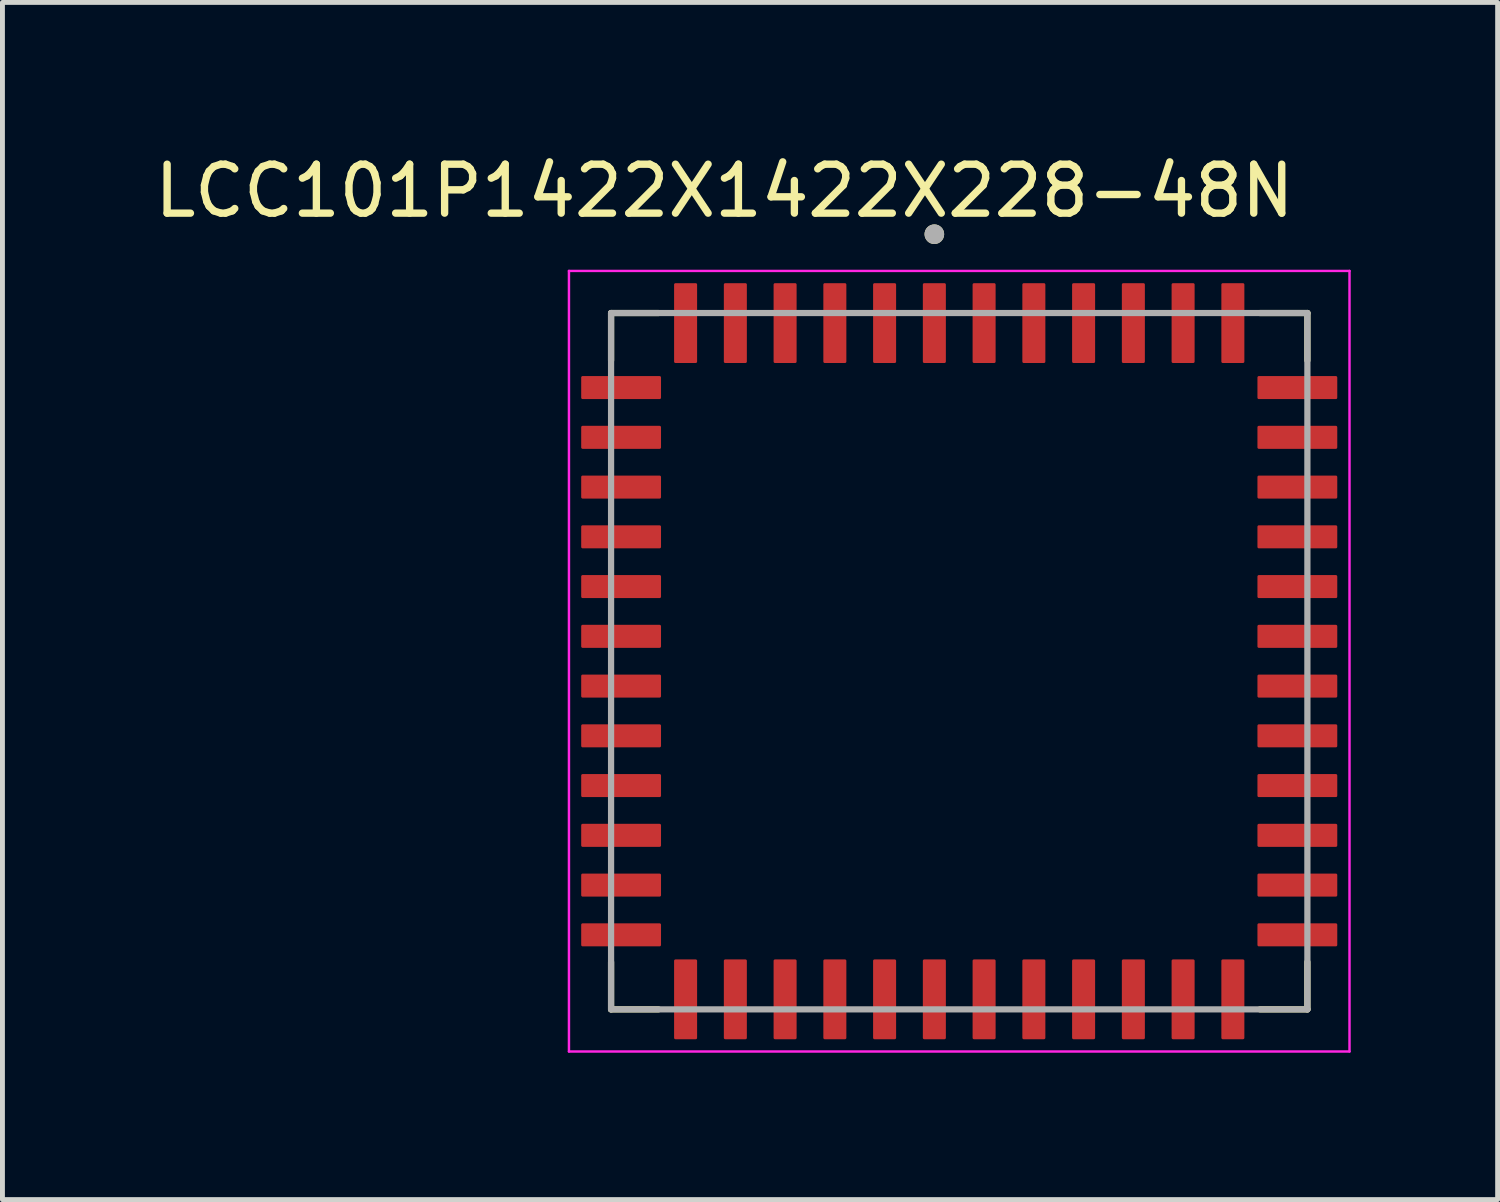
<source format=kicad_pcb>
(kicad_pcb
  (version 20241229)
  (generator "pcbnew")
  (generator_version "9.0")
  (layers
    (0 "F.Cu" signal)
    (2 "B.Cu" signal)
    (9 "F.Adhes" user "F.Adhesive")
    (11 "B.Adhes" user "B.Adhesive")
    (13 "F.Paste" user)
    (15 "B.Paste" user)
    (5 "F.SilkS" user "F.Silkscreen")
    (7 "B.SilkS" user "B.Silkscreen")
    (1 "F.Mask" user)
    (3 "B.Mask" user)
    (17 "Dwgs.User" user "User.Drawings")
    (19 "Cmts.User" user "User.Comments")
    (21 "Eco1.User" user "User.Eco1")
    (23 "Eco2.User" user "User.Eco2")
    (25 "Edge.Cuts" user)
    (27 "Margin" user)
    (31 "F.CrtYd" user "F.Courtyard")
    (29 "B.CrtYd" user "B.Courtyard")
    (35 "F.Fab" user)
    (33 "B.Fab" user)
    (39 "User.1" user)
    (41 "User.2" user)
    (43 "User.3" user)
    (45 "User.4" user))
  (footprint "LCC101P1422X1422X228-48N"
    (layer "F.Cu")
    (at 16.539 10.453)
    (property "Reference" "LCC101P1422X1422X228-48N" (at -4.795 -9.605 0) (layer "F.SilkS") (effects (font (size 1 1) (thickness 0.15))))
    (attr smd)
    (fp_line (start -7.11 -7.11) (end -6.143 -7.11) (stroke (width 0.127) (type solid)) (layer "F.SilkS"))
    (fp_line (start -7.11 -6.143) (end -7.11 -7.11) (stroke (width 0.127) (type solid)) (layer "F.SilkS"))
    (fp_line (start -7.11 7.11) (end -7.11 6.143) (stroke (width 0.127) (type solid)) (layer "F.SilkS"))
    (fp_line (start -6.143 7.11) (end -7.11 7.11) (stroke (width 0.127) (type solid)) (layer "F.SilkS"))
    (fp_line (start 6.143 -7.11) (end 7.11 -7.11) (stroke (width 0.127) (type solid)) (layer "F.SilkS"))
    (fp_line (start 7.11 -7.11) (end 7.11 -6.143) (stroke (width 0.127) (type solid)) (layer "F.SilkS"))
    (fp_line (start 7.11 7.11) (end 6.143 7.11) (stroke (width 0.127) (type solid)) (layer "F.SilkS"))
    (fp_line (start 7.11 7.11) (end 7.11 6.143) (stroke (width 0.127) (type solid)) (layer "F.SilkS"))
    (fp_circle (center -0.508 -8.72) (end -0.408 -8.72) (stroke (width 0.2) (type solid)) (fill no) (layer "F.SilkS"))
    (fp_line (start -7.97 -7.97) (end -7.97 7.97) (stroke (width 0.05) (type solid)) (layer "F.CrtYd"))
    (fp_line (start -7.97 7.97) (end 7.97 7.97) (stroke (width 0.05) (type solid)) (layer "F.CrtYd"))
    (fp_line (start 7.97 -7.97) (end -7.97 -7.97) (stroke (width 0.05) (type solid)) (layer "F.CrtYd"))
    (fp_line (start 7.97 7.97) (end 7.97 -7.97) (stroke (width 0.05) (type solid)) (layer "F.CrtYd"))
    (fp_line (start -7.11 -7.11) (end 7.11 -7.11) (stroke (width 0.127) (type solid)) (layer "F.Fab"))
    (fp_line (start -7.11 7.11) (end -7.11 -7.11) (stroke (width 0.127) (type solid)) (layer "F.Fab"))
    (fp_line (start 7.11 -7.11) (end 7.11 7.11) (stroke (width 0.127) (type solid)) (layer "F.Fab"))
    (fp_line (start 7.11 7.11) (end -7.11 7.11) (stroke (width 0.127) (type solid)) (layer "F.Fab"))
    (fp_circle (center -0.508 -8.72) (end -0.408 -8.72) (stroke (width 0.2) (type solid)) (fill no) (layer "F.Fab"))
    (pad "1" smd roundrect (at -0.508 -6.905) (size 0.47 1.63) (layers "F.Cu" "F.Mask" "F.Paste") (roundrect_rratio 0.06))
    (pad "2" smd roundrect (at -1.524 -6.905) (size 0.47 1.63) (layers "F.Cu" "F.Mask" "F.Paste") (roundrect_rratio 0.06))
    (pad "3" smd roundrect (at -2.54 -6.905) (size 0.47 1.63) (layers "F.Cu" "F.Mask" "F.Paste") (roundrect_rratio 0.06))
    (pad "4" smd roundrect (at -3.556 -6.905) (size 0.47 1.63) (layers "F.Cu" "F.Mask" "F.Paste") (roundrect_rratio 0.06))
    (pad "5" smd roundrect (at -4.572 -6.905) (size 0.47 1.63) (layers "F.Cu" "F.Mask" "F.Paste") (roundrect_rratio 0.06))
    (pad "6" smd roundrect (at -5.588 -6.905) (size 0.47 1.63) (layers "F.Cu" "F.Mask" "F.Paste") (roundrect_rratio 0.06))
    (pad "7" smd roundrect (at -6.905 -5.588) (size 1.63 0.47) (layers "F.Cu" "F.Mask" "F.Paste") (roundrect_rratio 0.06))
    (pad "8" smd roundrect (at -6.905 -4.572) (size 1.63 0.47) (layers "F.Cu" "F.Mask" "F.Paste") (roundrect_rratio 0.06))
    (pad "9" smd roundrect (at -6.905 -3.556) (size 1.63 0.47) (layers "F.Cu" "F.Mask" "F.Paste") (roundrect_rratio 0.06))
    (pad "10" smd roundrect (at -6.905 -2.54) (size 1.63 0.47) (layers "F.Cu" "F.Mask" "F.Paste") (roundrect_rratio 0.06))
    (pad "11" smd roundrect (at -6.905 -1.524) (size 1.63 0.47) (layers "F.Cu" "F.Mask" "F.Paste") (roundrect_rratio 0.06))
    (pad "12" smd roundrect (at -6.905 -0.508) (size 1.63 0.47) (layers "F.Cu" "F.Mask" "F.Paste") (roundrect_rratio 0.06))
    (pad "13" smd roundrect (at -6.905 0.508) (size 1.63 0.47) (layers "F.Cu" "F.Mask" "F.Paste") (roundrect_rratio 0.06))
    (pad "14" smd roundrect (at -6.905 1.524) (size 1.63 0.47) (layers "F.Cu" "F.Mask" "F.Paste") (roundrect_rratio 0.06))
    (pad "15" smd roundrect (at -6.905 2.54) (size 1.63 0.47) (layers "F.Cu" "F.Mask" "F.Paste") (roundrect_rratio 0.06))
    (pad "16" smd roundrect (at -6.905 3.556) (size 1.63 0.47) (layers "F.Cu" "F.Mask" "F.Paste") (roundrect_rratio 0.06))
    (pad "17" smd roundrect (at -6.905 4.572) (size 1.63 0.47) (layers "F.Cu" "F.Mask" "F.Paste") (roundrect_rratio 0.06))
    (pad "18" smd roundrect (at -6.905 5.588) (size 1.63 0.47) (layers "F.Cu" "F.Mask" "F.Paste") (roundrect_rratio 0.06))
    (pad "19" smd roundrect (at -5.588 6.905) (size 0.47 1.63) (layers "F.Cu" "F.Mask" "F.Paste") (roundrect_rratio 0.06))
    (pad "20" smd roundrect (at -4.572 6.905) (size 0.47 1.63) (layers "F.Cu" "F.Mask" "F.Paste") (roundrect_rratio 0.06))
    (pad "21" smd roundrect (at -3.556 6.905) (size 0.47 1.63) (layers "F.Cu" "F.Mask" "F.Paste") (roundrect_rratio 0.06))
    (pad "22" smd roundrect (at -2.54 6.905) (size 0.47 1.63) (layers "F.Cu" "F.Mask" "F.Paste") (roundrect_rratio 0.06))
    (pad "23" smd roundrect (at -1.524 6.905) (size 0.47 1.63) (layers "F.Cu" "F.Mask" "F.Paste") (roundrect_rratio 0.06))
    (pad "24" smd roundrect (at -0.508 6.905) (size 0.47 1.63) (layers "F.Cu" "F.Mask" "F.Paste") (roundrect_rratio 0.06))
    (pad "25" smd roundrect (at 0.508 6.905) (size 0.47 1.63) (layers "F.Cu" "F.Mask" "F.Paste") (roundrect_rratio 0.06))
    (pad "26" smd roundrect (at 1.524 6.905) (size 0.47 1.63) (layers "F.Cu" "F.Mask" "F.Paste") (roundrect_rratio 0.06))
    (pad "27" smd roundrect (at 2.54 6.905) (size 0.47 1.63) (layers "F.Cu" "F.Mask" "F.Paste") (roundrect_rratio 0.06))
    (pad "28" smd roundrect (at 3.556 6.905) (size 0.47 1.63) (layers "F.Cu" "F.Mask" "F.Paste") (roundrect_rratio 0.06))
    (pad "29" smd roundrect (at 4.572 6.905) (size 0.47 1.63) (layers "F.Cu" "F.Mask" "F.Paste") (roundrect_rratio 0.06))
    (pad "30" smd roundrect (at 5.588 6.905) (size 0.47 1.63) (layers "F.Cu" "F.Mask" "F.Paste") (roundrect_rratio 0.06))
    (pad "31" smd roundrect (at 6.905 5.588) (size 1.63 0.47) (layers "F.Cu" "F.Mask" "F.Paste") (roundrect_rratio 0.06))
    (pad "32" smd roundrect (at 6.905 4.572) (size 1.63 0.47) (layers "F.Cu" "F.Mask" "F.Paste") (roundrect_rratio 0.06))
    (pad "33" smd roundrect (at 6.905 3.556) (size 1.63 0.47) (layers "F.Cu" "F.Mask" "F.Paste") (roundrect_rratio 0.06))
    (pad "34" smd roundrect (at 6.905 2.54) (size 1.63 0.47) (layers "F.Cu" "F.Mask" "F.Paste") (roundrect_rratio 0.06))
    (pad "35" smd roundrect (at 6.905 1.524) (size 1.63 0.47) (layers "F.Cu" "F.Mask" "F.Paste") (roundrect_rratio 0.06))
    (pad "36" smd roundrect (at 6.905 0.508) (size 1.63 0.47) (layers "F.Cu" "F.Mask" "F.Paste") (roundrect_rratio 0.06))
    (pad "37" smd roundrect (at 6.905 -0.508) (size 1.63 0.47) (layers "F.Cu" "F.Mask" "F.Paste") (roundrect_rratio 0.06))
    (pad "38" smd roundrect (at 6.905 -1.524) (size 1.63 0.47) (layers "F.Cu" "F.Mask" "F.Paste") (roundrect_rratio 0.06))
    (pad "39" smd roundrect (at 6.905 -2.54) (size 1.63 0.47) (layers "F.Cu" "F.Mask" "F.Paste") (roundrect_rratio 0.06))
    (pad "40" smd roundrect (at 6.905 -3.556) (size 1.63 0.47) (layers "F.Cu" "F.Mask" "F.Paste") (roundrect_rratio 0.06))
    (pad "41" smd roundrect (at 6.905 -4.572) (size 1.63 0.47) (layers "F.Cu" "F.Mask" "F.Paste") (roundrect_rratio 0.06))
    (pad "42" smd roundrect (at 6.905 -5.588) (size 1.63 0.47) (layers "F.Cu" "F.Mask" "F.Paste") (roundrect_rratio 0.06))
    (pad "43" smd roundrect (at 5.588 -6.905) (size 0.47 1.63) (layers "F.Cu" "F.Mask" "F.Paste") (roundrect_rratio 0.06))
    (pad "44" smd roundrect (at 4.572 -6.905) (size 0.47 1.63) (layers "F.Cu" "F.Mask" "F.Paste") (roundrect_rratio 0.06))
    (pad "45" smd roundrect (at 3.556 -6.905) (size 0.47 1.63) (layers "F.Cu" "F.Mask" "F.Paste") (roundrect_rratio 0.06))
    (pad "46" smd roundrect (at 2.54 -6.905) (size 0.47 1.63) (layers "F.Cu" "F.Mask" "F.Paste") (roundrect_rratio 0.06))
    (pad "47" smd roundrect (at 1.524 -6.905) (size 0.47 1.63) (layers "F.Cu" "F.Mask" "F.Paste") (roundrect_rratio 0.06))
    (pad "48" smd roundrect (at 0.508 -6.905) (size 0.47 1.63) (layers "F.Cu" "F.Mask" "F.Paste") (roundrect_rratio 0.06)))
  (gr_rect
    (start -3 -3)
    (end 27.534 21.448)
    (stroke (width 0.1) (type default))
    (fill no)
    (layer "Edge.Cuts")))
</source>
